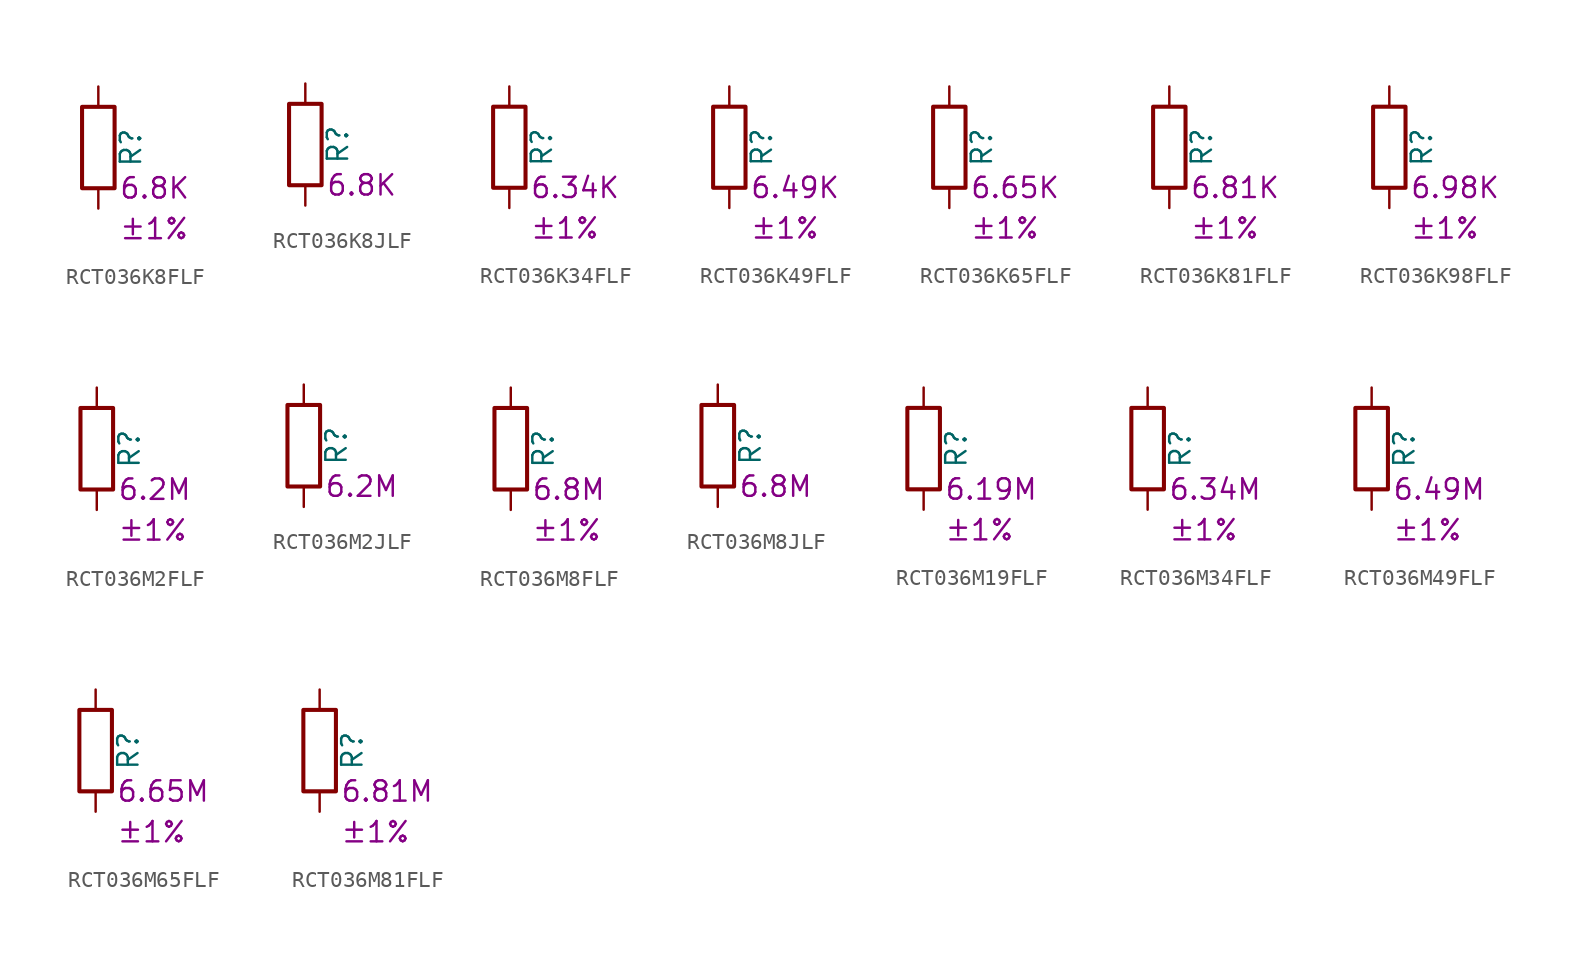
<source format=kicad_sym>
(kicad_symbol_lib
  (version 20220914)
  (generator kicad_symbol_editor)
  (symbol "RCT036K8FLF"
    (pin_numbers hide)
    (pin_names
      (offset 0))
    (property "Reference" "R"
      (at 2.032 0 90)
      (effects (font (size 1.27 1.27))))
    (property "Resistance" "6.8K"
      (at 1.27 -2.54 0)
      (effects (font (size 1.27 1.27)) (justify left)))
    (property "Tolerance" "±1%"
      (at 1.27 -5.08 0)
      (effects (font (size 1.27 1.27)) (justify left)))
    (symbol "RCT036K8FLF_0_1"
      (rectangle (start -1.016 -2.54) (end 1.016 2.54) (stroke (width 0.254) (type default)) (fill (type none))))
    (symbol "RCT036K8FLF_1_1"
      (pin passive line (at 0 3.81 270) (length 1.27) (name "~" (effects (font (size 1.27 1.27)))) (number "1" (effects (font (size 1.27 1.27)))))
      (pin passive line (at 0 -3.81 90) (length 1.27) (name "~" (effects (font (size 1.27 1.27)))) (number "2" (effects (font (size 1.27 1.27)))))))
  (symbol "RCT036K8JLF"
    (pin_numbers hide)
    (pin_names
      (offset 0))
    (property "Reference" "R"
      (at 2.032 0 90)
      (effects (font (size 1.27 1.27))))
    (property "Resistance" "6.8K"
      (at 1.27 -2.54 0)
      (effects (font (size 1.27 1.27)) (justify left)))
    (symbol "RCT036K8JLF_0_1"
      (rectangle (start -1.016 -2.54) (end 1.016 2.54) (stroke (width 0.254) (type default)) (fill (type none))))
    (symbol "RCT036K8JLF_1_1"
      (pin passive line (at 0 3.81 270) (length 1.27) (name "~" (effects (font (size 1.27 1.27)))) (number "1" (effects (font (size 1.27 1.27)))))
      (pin passive line (at 0 -3.81 90) (length 1.27) (name "~" (effects (font (size 1.27 1.27)))) (number "2" (effects (font (size 1.27 1.27)))))))
  (symbol "RCT036K34FLF"
    (pin_numbers hide)
    (pin_names
      (offset 0))
    (property "Reference" "R"
      (at 2.032 0 90)
      (effects (font (size 1.27 1.27))))
    (property "Resistance" "6.34K"
      (at 1.27 -2.54 0)
      (effects (font (size 1.27 1.27)) (justify left)))
    (property "Tolerance" "±1%"
      (at 1.27 -5.08 0)
      (effects (font (size 1.27 1.27)) (justify left)))
    (symbol "RCT036K34FLF_0_1"
      (rectangle (start -1.016 -2.54) (end 1.016 2.54) (stroke (width 0.254) (type default)) (fill (type none))))
    (symbol "RCT036K34FLF_1_1"
      (pin passive line (at 0 3.81 270) (length 1.27) (name "~" (effects (font (size 1.27 1.27)))) (number "1" (effects (font (size 1.27 1.27)))))
      (pin passive line (at 0 -3.81 90) (length 1.27) (name "~" (effects (font (size 1.27 1.27)))) (number "2" (effects (font (size 1.27 1.27)))))))
  (symbol "RCT036K49FLF"
    (pin_numbers hide)
    (pin_names
      (offset 0))
    (property "Reference" "R"
      (at 2.032 0 90)
      (effects (font (size 1.27 1.27))))
    (property "Resistance" "6.49K"
      (at 1.27 -2.54 0)
      (effects (font (size 1.27 1.27)) (justify left)))
    (property "Tolerance" "±1%"
      (at 1.27 -5.08 0)
      (effects (font (size 1.27 1.27)) (justify left)))
    (symbol "RCT036K49FLF_0_1"
      (rectangle (start -1.016 -2.54) (end 1.016 2.54) (stroke (width 0.254) (type default)) (fill (type none))))
    (symbol "RCT036K49FLF_1_1"
      (pin passive line (at 0 3.81 270) (length 1.27) (name "~" (effects (font (size 1.27 1.27)))) (number "1" (effects (font (size 1.27 1.27)))))
      (pin passive line (at 0 -3.81 90) (length 1.27) (name "~" (effects (font (size 1.27 1.27)))) (number "2" (effects (font (size 1.27 1.27)))))))
  (symbol "RCT036K65FLF"
    (pin_numbers hide)
    (pin_names
      (offset 0))
    (property "Reference" "R"
      (at 2.032 0 90)
      (effects (font (size 1.27 1.27))))
    (property "Resistance" "6.65K"
      (at 1.27 -2.54 0)
      (effects (font (size 1.27 1.27)) (justify left)))
    (property "Tolerance" "±1%"
      (at 1.27 -5.08 0)
      (effects (font (size 1.27 1.27)) (justify left)))
    (symbol "RCT036K65FLF_0_1"
      (rectangle (start -1.016 -2.54) (end 1.016 2.54) (stroke (width 0.254) (type default)) (fill (type none))))
    (symbol "RCT036K65FLF_1_1"
      (pin passive line (at 0 3.81 270) (length 1.27) (name "~" (effects (font (size 1.27 1.27)))) (number "1" (effects (font (size 1.27 1.27)))))
      (pin passive line (at 0 -3.81 90) (length 1.27) (name "~" (effects (font (size 1.27 1.27)))) (number "2" (effects (font (size 1.27 1.27)))))))
  (symbol "RCT036K81FLF"
    (pin_numbers hide)
    (pin_names
      (offset 0))
    (property "Reference" "R"
      (at 2.032 0 90)
      (effects (font (size 1.27 1.27))))
    (property "Resistance" "6.81K"
      (at 1.27 -2.54 0)
      (effects (font (size 1.27 1.27)) (justify left)))
    (property "Tolerance" "±1%"
      (at 1.27 -5.08 0)
      (effects (font (size 1.27 1.27)) (justify left)))
    (symbol "RCT036K81FLF_0_1"
      (rectangle (start -1.016 -2.54) (end 1.016 2.54) (stroke (width 0.254) (type default)) (fill (type none))))
    (symbol "RCT036K81FLF_1_1"
      (pin passive line (at 0 3.81 270) (length 1.27) (name "~" (effects (font (size 1.27 1.27)))) (number "1" (effects (font (size 1.27 1.27)))))
      (pin passive line (at 0 -3.81 90) (length 1.27) (name "~" (effects (font (size 1.27 1.27)))) (number "2" (effects (font (size 1.27 1.27)))))))
  (symbol "RCT036K98FLF"
    (pin_numbers hide)
    (pin_names
      (offset 0))
    (property "Reference" "R"
      (at 2.032 0 90)
      (effects (font (size 1.27 1.27))))
    (property "Resistance" "6.98K"
      (at 1.27 -2.54 0)
      (effects (font (size 1.27 1.27)) (justify left)))
    (property "Tolerance" "±1%"
      (at 1.27 -5.08 0)
      (effects (font (size 1.27 1.27)) (justify left)))
    (symbol "RCT036K98FLF_0_1"
      (rectangle (start -1.016 -2.54) (end 1.016 2.54) (stroke (width 0.254) (type default)) (fill (type none))))
    (symbol "RCT036K98FLF_1_1"
      (pin passive line (at 0 3.81 270) (length 1.27) (name "~" (effects (font (size 1.27 1.27)))) (number "1" (effects (font (size 1.27 1.27)))))
      (pin passive line (at 0 -3.81 90) (length 1.27) (name "~" (effects (font (size 1.27 1.27)))) (number "2" (effects (font (size 1.27 1.27)))))))
  (symbol "RCT036M2FLF"
    (pin_numbers hide)
    (pin_names
      (offset 0))
    (property "Reference" "R"
      (at 2.032 0 90)
      (effects (font (size 1.27 1.27))))
    (property "Resistance" "6.2M"
      (at 1.27 -2.54 0)
      (effects (font (size 1.27 1.27)) (justify left)))
    (property "Tolerance" "±1%"
      (at 1.27 -5.08 0)
      (effects (font (size 1.27 1.27)) (justify left)))
    (symbol "RCT036M2FLF_0_1"
      (rectangle (start -1.016 -2.54) (end 1.016 2.54) (stroke (width 0.254) (type default)) (fill (type none))))
    (symbol "RCT036M2FLF_1_1"
      (pin passive line (at 0 3.81 270) (length 1.27) (name "~" (effects (font (size 1.27 1.27)))) (number "1" (effects (font (size 1.27 1.27)))))
      (pin passive line (at 0 -3.81 90) (length 1.27) (name "~" (effects (font (size 1.27 1.27)))) (number "2" (effects (font (size 1.27 1.27)))))))
  (symbol "RCT036M2JLF"
    (pin_numbers hide)
    (pin_names
      (offset 0))
    (property "Reference" "R"
      (at 2.032 0 90)
      (effects (font (size 1.27 1.27))))
    (property "Resistance" "6.2M"
      (at 1.27 -2.54 0)
      (effects (font (size 1.27 1.27)) (justify left)))
    (symbol "RCT036M2JLF_0_1"
      (rectangle (start -1.016 -2.54) (end 1.016 2.54) (stroke (width 0.254) (type default)) (fill (type none))))
    (symbol "RCT036M2JLF_1_1"
      (pin passive line (at 0 3.81 270) (length 1.27) (name "~" (effects (font (size 1.27 1.27)))) (number "1" (effects (font (size 1.27 1.27)))))
      (pin passive line (at 0 -3.81 90) (length 1.27) (name "~" (effects (font (size 1.27 1.27)))) (number "2" (effects (font (size 1.27 1.27)))))))
  (symbol "RCT036M8FLF"
    (pin_numbers hide)
    (pin_names
      (offset 0))
    (property "Reference" "R"
      (at 2.032 0 90)
      (effects (font (size 1.27 1.27))))
    (property "Resistance" "6.8M"
      (at 1.27 -2.54 0)
      (effects (font (size 1.27 1.27)) (justify left)))
    (property "Tolerance" "±1%"
      (at 1.27 -5.08 0)
      (effects (font (size 1.27 1.27)) (justify left)))
    (symbol "RCT036M8FLF_0_1"
      (rectangle (start -1.016 -2.54) (end 1.016 2.54) (stroke (width 0.254) (type default)) (fill (type none))))
    (symbol "RCT036M8FLF_1_1"
      (pin passive line (at 0 3.81 270) (length 1.27) (name "~" (effects (font (size 1.27 1.27)))) (number "1" (effects (font (size 1.27 1.27)))))
      (pin passive line (at 0 -3.81 90) (length 1.27) (name "~" (effects (font (size 1.27 1.27)))) (number "2" (effects (font (size 1.27 1.27)))))))
  (symbol "RCT036M8JLF"
    (pin_numbers hide)
    (pin_names
      (offset 0))
    (property "Reference" "R"
      (at 2.032 0 90)
      (effects (font (size 1.27 1.27))))
    (property "Resistance" "6.8M"
      (at 1.27 -2.54 0)
      (effects (font (size 1.27 1.27)) (justify left)))
    (symbol "RCT036M8JLF_0_1"
      (rectangle (start -1.016 -2.54) (end 1.016 2.54) (stroke (width 0.254) (type default)) (fill (type none))))
    (symbol "RCT036M8JLF_1_1"
      (pin passive line (at 0 3.81 270) (length 1.27) (name "~" (effects (font (size 1.27 1.27)))) (number "1" (effects (font (size 1.27 1.27)))))
      (pin passive line (at 0 -3.81 90) (length 1.27) (name "~" (effects (font (size 1.27 1.27)))) (number "2" (effects (font (size 1.27 1.27)))))))
  (symbol "RCT036M19FLF"
    (pin_numbers hide)
    (pin_names
      (offset 0))
    (property "Reference" "R"
      (at 2.032 0 90)
      (effects (font (size 1.27 1.27))))
    (property "Resistance" "6.19M"
      (at 1.27 -2.54 0)
      (effects (font (size 1.27 1.27)) (justify left)))
    (property "Tolerance" "±1%"
      (at 1.27 -5.08 0)
      (effects (font (size 1.27 1.27)) (justify left)))
    (symbol "RCT036M19FLF_0_1"
      (rectangle (start -1.016 -2.54) (end 1.016 2.54) (stroke (width 0.254) (type default)) (fill (type none))))
    (symbol "RCT036M19FLF_1_1"
      (pin passive line (at 0 3.81 270) (length 1.27) (name "~" (effects (font (size 1.27 1.27)))) (number "1" (effects (font (size 1.27 1.27)))))
      (pin passive line (at 0 -3.81 90) (length 1.27) (name "~" (effects (font (size 1.27 1.27)))) (number "2" (effects (font (size 1.27 1.27)))))))
  (symbol "RCT036M34FLF"
    (pin_numbers hide)
    (pin_names
      (offset 0))
    (property "Reference" "R"
      (at 2.032 0 90)
      (effects (font (size 1.27 1.27))))
    (property "Resistance" "6.34M"
      (at 1.27 -2.54 0)
      (effects (font (size 1.27 1.27)) (justify left)))
    (property "Tolerance" "±1%"
      (at 1.27 -5.08 0)
      (effects (font (size 1.27 1.27)) (justify left)))
    (symbol "RCT036M34FLF_0_1"
      (rectangle (start -1.016 -2.54) (end 1.016 2.54) (stroke (width 0.254) (type default)) (fill (type none))))
    (symbol "RCT036M34FLF_1_1"
      (pin passive line (at 0 3.81 270) (length 1.27) (name "~" (effects (font (size 1.27 1.27)))) (number "1" (effects (font (size 1.27 1.27)))))
      (pin passive line (at 0 -3.81 90) (length 1.27) (name "~" (effects (font (size 1.27 1.27)))) (number "2" (effects (font (size 1.27 1.27)))))))
  (symbol "RCT036M49FLF"
    (pin_numbers hide)
    (pin_names
      (offset 0))
    (property "Reference" "R"
      (at 2.032 0 90)
      (effects (font (size 1.27 1.27))))
    (property "Resistance" "6.49M"
      (at 1.27 -2.54 0)
      (effects (font (size 1.27 1.27)) (justify left)))
    (property "Tolerance" "±1%"
      (at 1.27 -5.08 0)
      (effects (font (size 1.27 1.27)) (justify left)))
    (symbol "RCT036M49FLF_0_1"
      (rectangle (start -1.016 -2.54) (end 1.016 2.54) (stroke (width 0.254) (type default)) (fill (type none))))
    (symbol "RCT036M49FLF_1_1"
      (pin passive line (at 0 3.81 270) (length 1.27) (name "~" (effects (font (size 1.27 1.27)))) (number "1" (effects (font (size 1.27 1.27)))))
      (pin passive line (at 0 -3.81 90) (length 1.27) (name "~" (effects (font (size 1.27 1.27)))) (number "2" (effects (font (size 1.27 1.27)))))))
  (symbol "RCT036M65FLF"
    (pin_numbers hide)
    (pin_names
      (offset 0))
    (property "Reference" "R"
      (at 2.032 0 90)
      (effects (font (size 1.27 1.27))))
    (property "Resistance" "6.65M"
      (at 1.27 -2.54 0)
      (effects (font (size 1.27 1.27)) (justify left)))
    (property "Tolerance" "±1%"
      (at 1.27 -5.08 0)
      (effects (font (size 1.27 1.27)) (justify left)))
    (symbol "RCT036M65FLF_0_1"
      (rectangle (start -1.016 -2.54) (end 1.016 2.54) (stroke (width 0.254) (type default)) (fill (type none))))
    (symbol "RCT036M65FLF_1_1"
      (pin passive line (at 0 3.81 270) (length 1.27) (name "~" (effects (font (size 1.27 1.27)))) (number "1" (effects (font (size 1.27 1.27)))))
      (pin passive line (at 0 -3.81 90) (length 1.27) (name "~" (effects (font (size 1.27 1.27)))) (number "2" (effects (font (size 1.27 1.27)))))))
  (symbol "RCT036M81FLF"
    (pin_numbers hide)
    (pin_names
      (offset 0))
    (property "Reference" "R"
      (at 2.032 0 90)
      (effects (font (size 1.27 1.27))))
    (property "Resistance" "6.81M"
      (at 1.27 -2.54 0)
      (effects (font (size 1.27 1.27)) (justify left)))
    (property "Tolerance" "±1%"
      (at 1.27 -5.08 0)
      (effects (font (size 1.27 1.27)) (justify left)))
    (symbol "RCT036M81FLF_0_1"
      (rectangle (start -1.016 -2.54) (end 1.016 2.54) (stroke (width 0.254) (type default)) (fill (type none))))
    (symbol "RCT036M81FLF_1_1"
      (pin passive line (at 0 3.81 270) (length 1.27) (name "~" (effects (font (size 1.27 1.27)))) (number "1" (effects (font (size 1.27 1.27)))))
      (pin passive line (at 0 -3.81 90) (length 1.27) (name "~" (effects (font (size 1.27 1.27)))) (number "2" (effects (font (size 1.27 1.27))))))))
</source>
